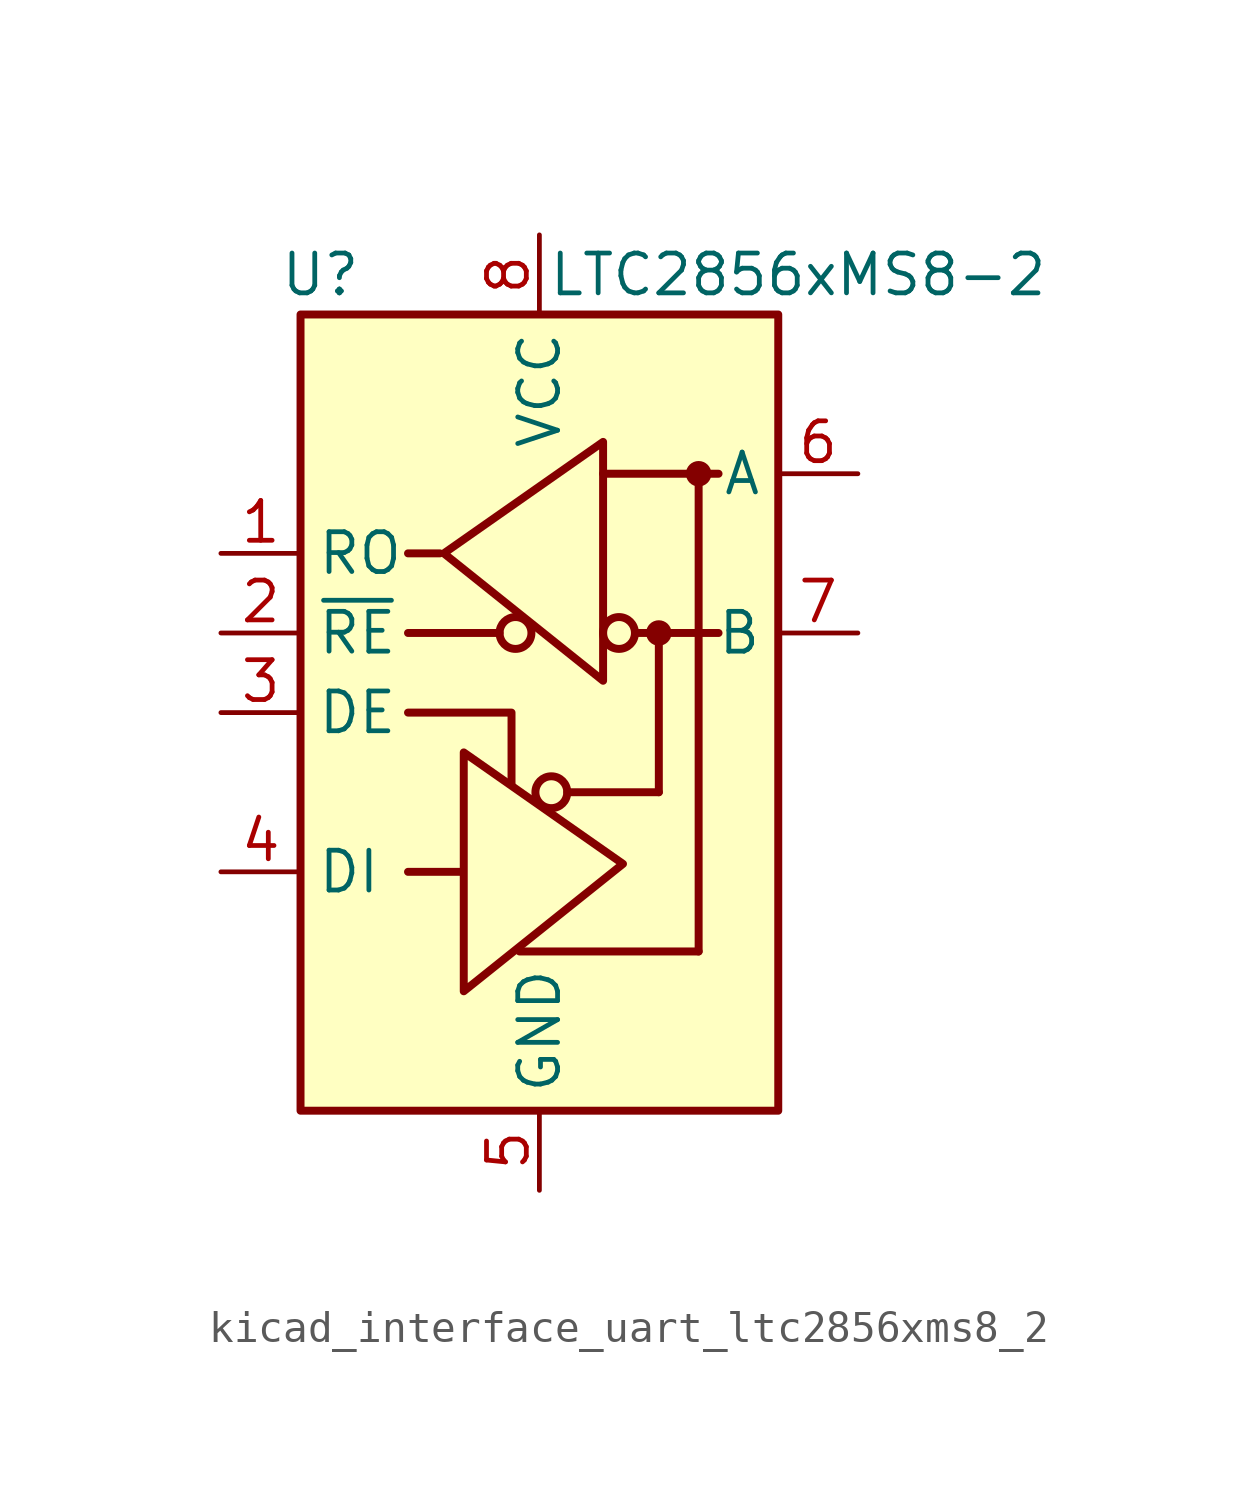
<source format=kicad_sym>
(kicad_symbol_lib
  (version 20220914)
  (generator kicad_symbol_editor)
  (symbol "kicad_interface_uart_ltc2856xms8_2"
    (property "Reference" "U"
      (at -6.985 13.97 0)
      (effects (font (size 1.27 1.27))))
    (property "Value" "LTC2856xMS8-2"
      (at 8.255 13.97 0)
      (effects (font (size 1.27 1.27))))
    (symbol "kicad_interface_uart_ltc2856xms8_2_0_1"
      (rectangle (start -7.62 12.7) (end 7.62 -12.7) (stroke (width 0.254) (type default)) (fill (type background))))
    (symbol "kicad_interface_uart_ltc2856xms8_2_1_1"
      (circle (center -0.762 2.54) (radius 0.508) (stroke (width 0.254) (type default)) (fill (type none)))
      (polyline (pts (xy -4.191 2.54) (xy -1.27 2.54)) (stroke (width 0.254) (type default)) (fill (type none)))
      (polyline (pts (xy -2.54 -5.08) (xy -4.191 -5.08)) (stroke (width 0.254) (type default)) (fill (type none)))
      (polyline (pts (xy -0.635 -7.62) (xy 5.08 -7.62)) (stroke (width 0.254) (type default)) (fill (type none)))
      (polyline (pts (xy 0.889 -2.54) (xy 3.81 -2.54)) (stroke (width 0.254) (type default)) (fill (type none)))
      (polyline (pts (xy 2.032 7.62) (xy 5.715 7.62)) (stroke (width 0.254) (type default)) (fill (type none)))
      (polyline (pts (xy 3.048 2.54) (xy 5.715 2.54)) (stroke (width 0.254) (type default)) (fill (type none)))
      (polyline (pts (xy 3.81 -2.54) (xy 3.81 2.54)) (stroke (width 0.254) (type default)) (fill (type none)))
      (polyline (pts (xy 5.08 -7.62) (xy 5.08 7.62)) (stroke (width 0.254) (type default)) (fill (type none)))
      (polyline (pts (xy -4.191 0) (xy -0.889 0) (xy -0.889 -2.286)) (stroke (width 0.254) (type default)) (fill (type none)))
      (polyline (pts (xy -3.175 5.08) (xy -4.191 5.08) (xy -4.064 5.08)) (stroke (width 0.254) (type default)) (fill (type none)))
      (polyline (pts (xy -2.413 -5.08) (xy -2.413 -1.27) (xy 2.667 -4.826) (xy -2.413 -8.89) (xy -2.413 -5.08)) (stroke (width 0.254) (type default)) (fill (type none)))
      (polyline (pts (xy 2.032 4.826) (xy 2.032 8.636) (xy -3.048 5.08) (xy 2.032 1.016) (xy 2.032 4.826)) (stroke (width 0.254) (type default)) (fill (type none)))
      (circle (center 0.381 -2.54) (radius 0.508) (stroke (width 0.254) (type default)) (fill (type none)))
      (circle (center 2.54 2.54) (radius 0.508) (stroke (width 0.254) (type default)) (fill (type none)))
      (circle (center 3.81 2.54) (radius 0.279) (stroke (width 0.254) (type default)) (fill (type outline)))
      (circle (center 5.08 7.62) (radius 0.279) (stroke (width 0.254) (type default)) (fill (type outline)))
      (pin output line (at -10.16 5.08 0) (length 2.54) (name "RO" (effects (font (size 1.27 1.27)))) (number "1" (effects (font (size 1.27 1.27)))))
      (pin input line (at -10.16 2.54 0) (length 2.54) (name "~{RE}" (effects (font (size 1.27 1.27)))) (number "2" (effects (font (size 1.27 1.27)))))
      (pin input line (at -10.16 0 0) (length 2.54) (name "DE" (effects (font (size 1.27 1.27)))) (number "3" (effects (font (size 1.27 1.27)))))
      (pin input line (at -10.16 -5.08 0) (length 2.54) (name "DI" (effects (font (size 1.27 1.27)))) (number "4" (effects (font (size 1.27 1.27)))))
      (pin power_in line (at 0 -15.24 90) (length 2.54) (name "GND" (effects (font (size 1.27 1.27)))) (number "5" (effects (font (size 1.27 1.27)))))
      (pin bidirectional line (at 10.16 7.62 180) (length 2.54) (name "A" (effects (font (size 1.27 1.27)))) (number "6" (effects (font (size 1.27 1.27)))))
      (pin bidirectional line (at 10.16 2.54 180) (length 2.54) (name "B" (effects (font (size 1.27 1.27)))) (number "7" (effects (font (size 1.27 1.27)))))
      (pin power_in line (at 0 15.24 270) (length 2.54) (name "VCC" (effects (font (size 1.27 1.27)))) (number "8" (effects (font (size 1.27 1.27))))))))
</source>
